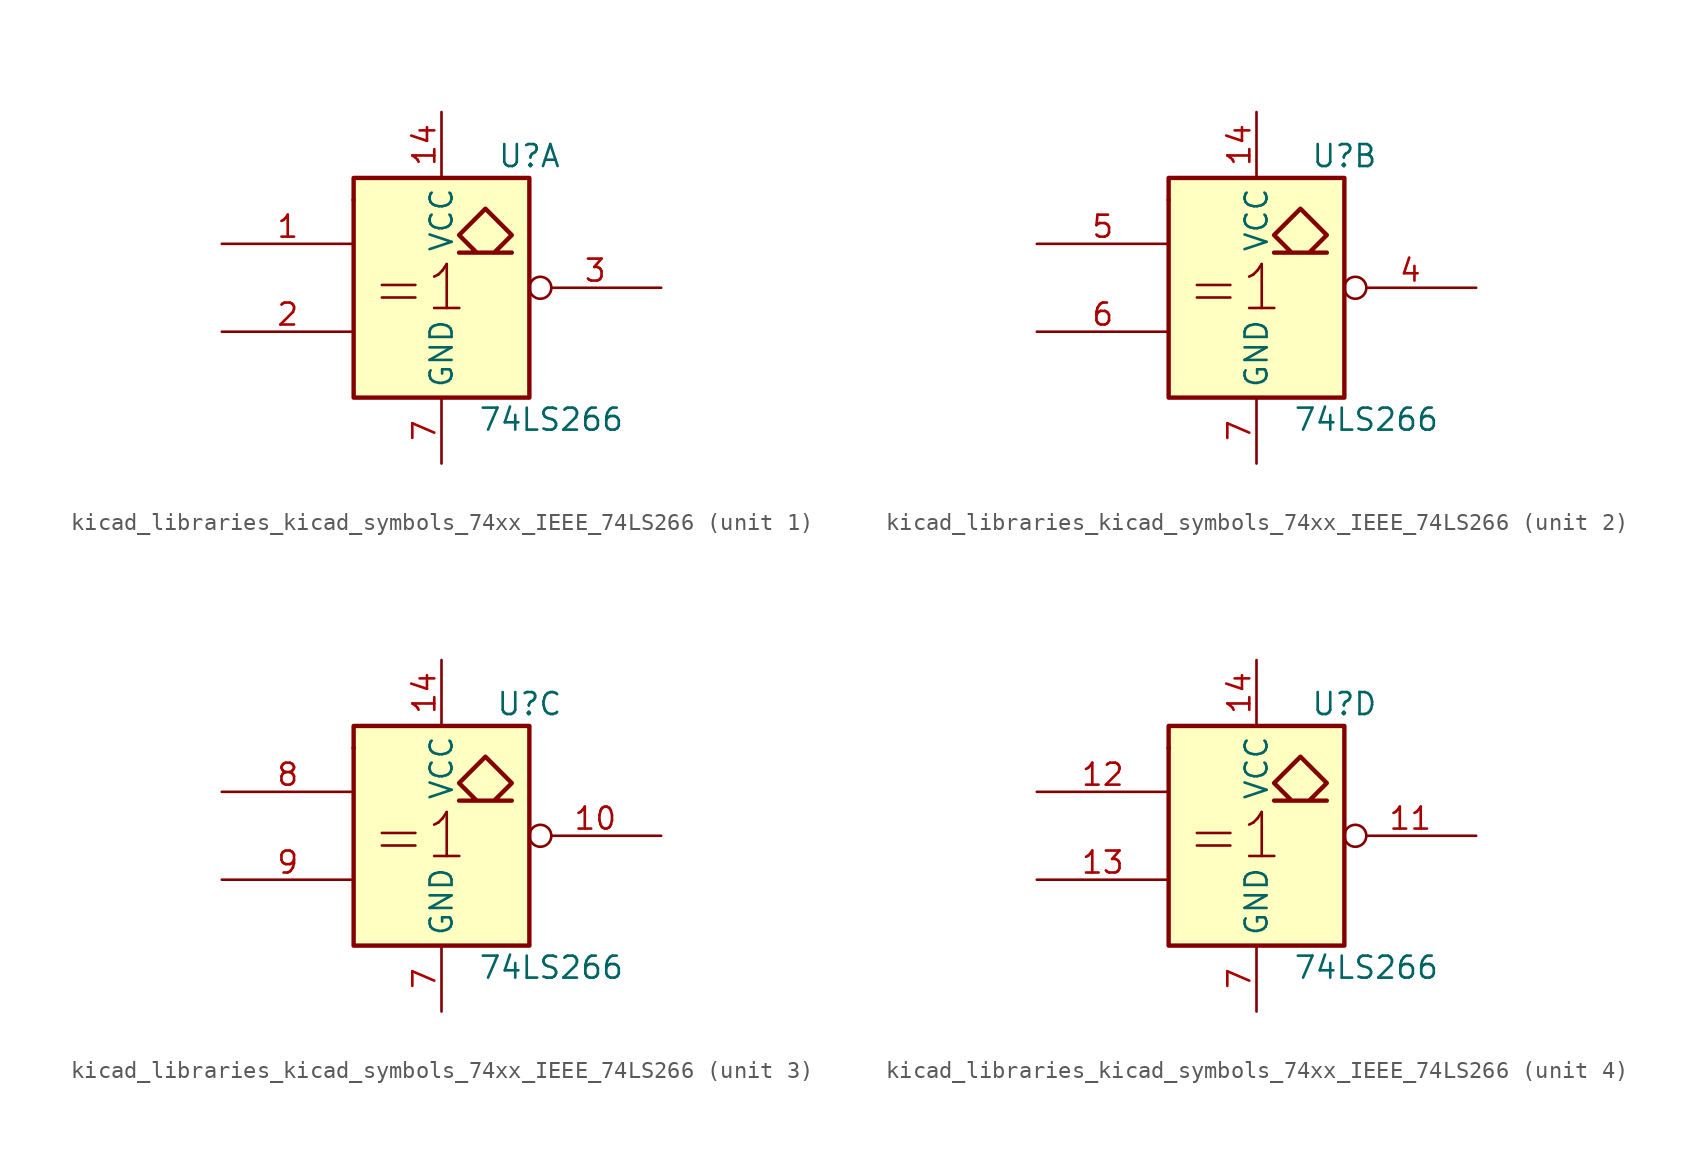
<source format=kicad_sym>
(kicad_symbol_lib
  (version 20220914)
  (generator kicad_symbol_editor)
  (symbol "kicad_libraries_kicad_symbols_74xx_IEEE_74LS266"
    (property "Reference" "U"
      (at 5.08 7.62 0)
      (effects (font (size 1.27 1.27))))
    (property "Value" "74LS266"
      (at 6.35 -7.62 0)
      (effects (font (size 1.27 1.27))))
    (symbol "kicad_libraries_kicad_symbols_74xx_IEEE_74LS266_0_0"
      (rectangle (start -5.08 5.08) (end -5.08 5.08) (stroke (width 0.254) (type default)) (fill (type background)))
      (polyline (pts (xy 3.048 2.032) (xy 4.064 3.048) (xy 2.54 4.572) (xy 1.016 3.048) (xy 2.032 2.032) (xy 1.016 2.032) (xy 4.064 2.032) (xy 4.064 2.032)) (stroke (width 0.254) (type default)) (fill (type background)))
      (text "=1" (at -1.27 0 0) (effects (font (size 2.54 2.54)))))
    (symbol "kicad_libraries_kicad_symbols_74xx_IEEE_74LS266_0_1"
      (rectangle (start -5.08 6.35) (end 5.08 -6.35) (stroke (width 0.254) (type default)) (fill (type background)))
      (pin power_in line (at 0 10.16 270) (length 3.81) (name "VCC" (effects (font (size 1.27 1.27)))) (number "14" (effects (font (size 1.27 1.27)))))
      (pin power_in line (at 0 -10.16 90) (length 3.81) (name "GND" (effects (font (size 1.27 1.27)))) (number "7" (effects (font (size 1.27 1.27))))))
    (symbol "kicad_libraries_kicad_symbols_74xx_IEEE_74LS266_1_1"
      (pin input line (at -12.7 2.54 0) (length 7.62) (name "~" (effects (font (size 1.27 1.27)))) (number "1" (effects (font (size 1.27 1.27)))))
      (pin input line (at -12.7 -2.54 0) (length 7.62) (name "~" (effects (font (size 1.27 1.27)))) (number "2" (effects (font (size 1.27 1.27)))))
      (pin output inverted (at 12.7 0 180) (length 7.62) (name "~" (effects (font (size 1.27 1.27)))) (number "3" (effects (font (size 1.27 1.27))))))
    (symbol "kicad_libraries_kicad_symbols_74xx_IEEE_74LS266_2_1"
      (pin output inverted (at 12.7 0 180) (length 7.62) (name "~" (effects (font (size 1.27 1.27)))) (number "4" (effects (font (size 1.27 1.27)))))
      (pin input line (at -12.7 2.54 0) (length 7.62) (name "~" (effects (font (size 1.27 1.27)))) (number "5" (effects (font (size 1.27 1.27)))))
      (pin input line (at -12.7 -2.54 0) (length 7.62) (name "~" (effects (font (size 1.27 1.27)))) (number "6" (effects (font (size 1.27 1.27))))))
    (symbol "kicad_libraries_kicad_symbols_74xx_IEEE_74LS266_3_1"
      (pin output inverted (at 12.7 0 180) (length 7.62) (name "~" (effects (font (size 1.27 1.27)))) (number "10" (effects (font (size 1.27 1.27)))))
      (pin input line (at -12.7 2.54 0) (length 7.62) (name "~" (effects (font (size 1.27 1.27)))) (number "8" (effects (font (size 1.27 1.27)))))
      (pin input line (at -12.7 -2.54 0) (length 7.62) (name "~" (effects (font (size 1.27 1.27)))) (number "9" (effects (font (size 1.27 1.27))))))
    (symbol "kicad_libraries_kicad_symbols_74xx_IEEE_74LS266_4_1"
      (pin output inverted (at 12.7 0 180) (length 7.62) (name "~" (effects (font (size 1.27 1.27)))) (number "11" (effects (font (size 1.27 1.27)))))
      (pin input line (at -12.7 2.54 0) (length 7.62) (name "~" (effects (font (size 1.27 1.27)))) (number "12" (effects (font (size 1.27 1.27)))))
      (pin input line (at -12.7 -2.54 0) (length 7.62) (name "~" (effects (font (size 1.27 1.27)))) (number "13" (effects (font (size 1.27 1.27))))))))
</source>
